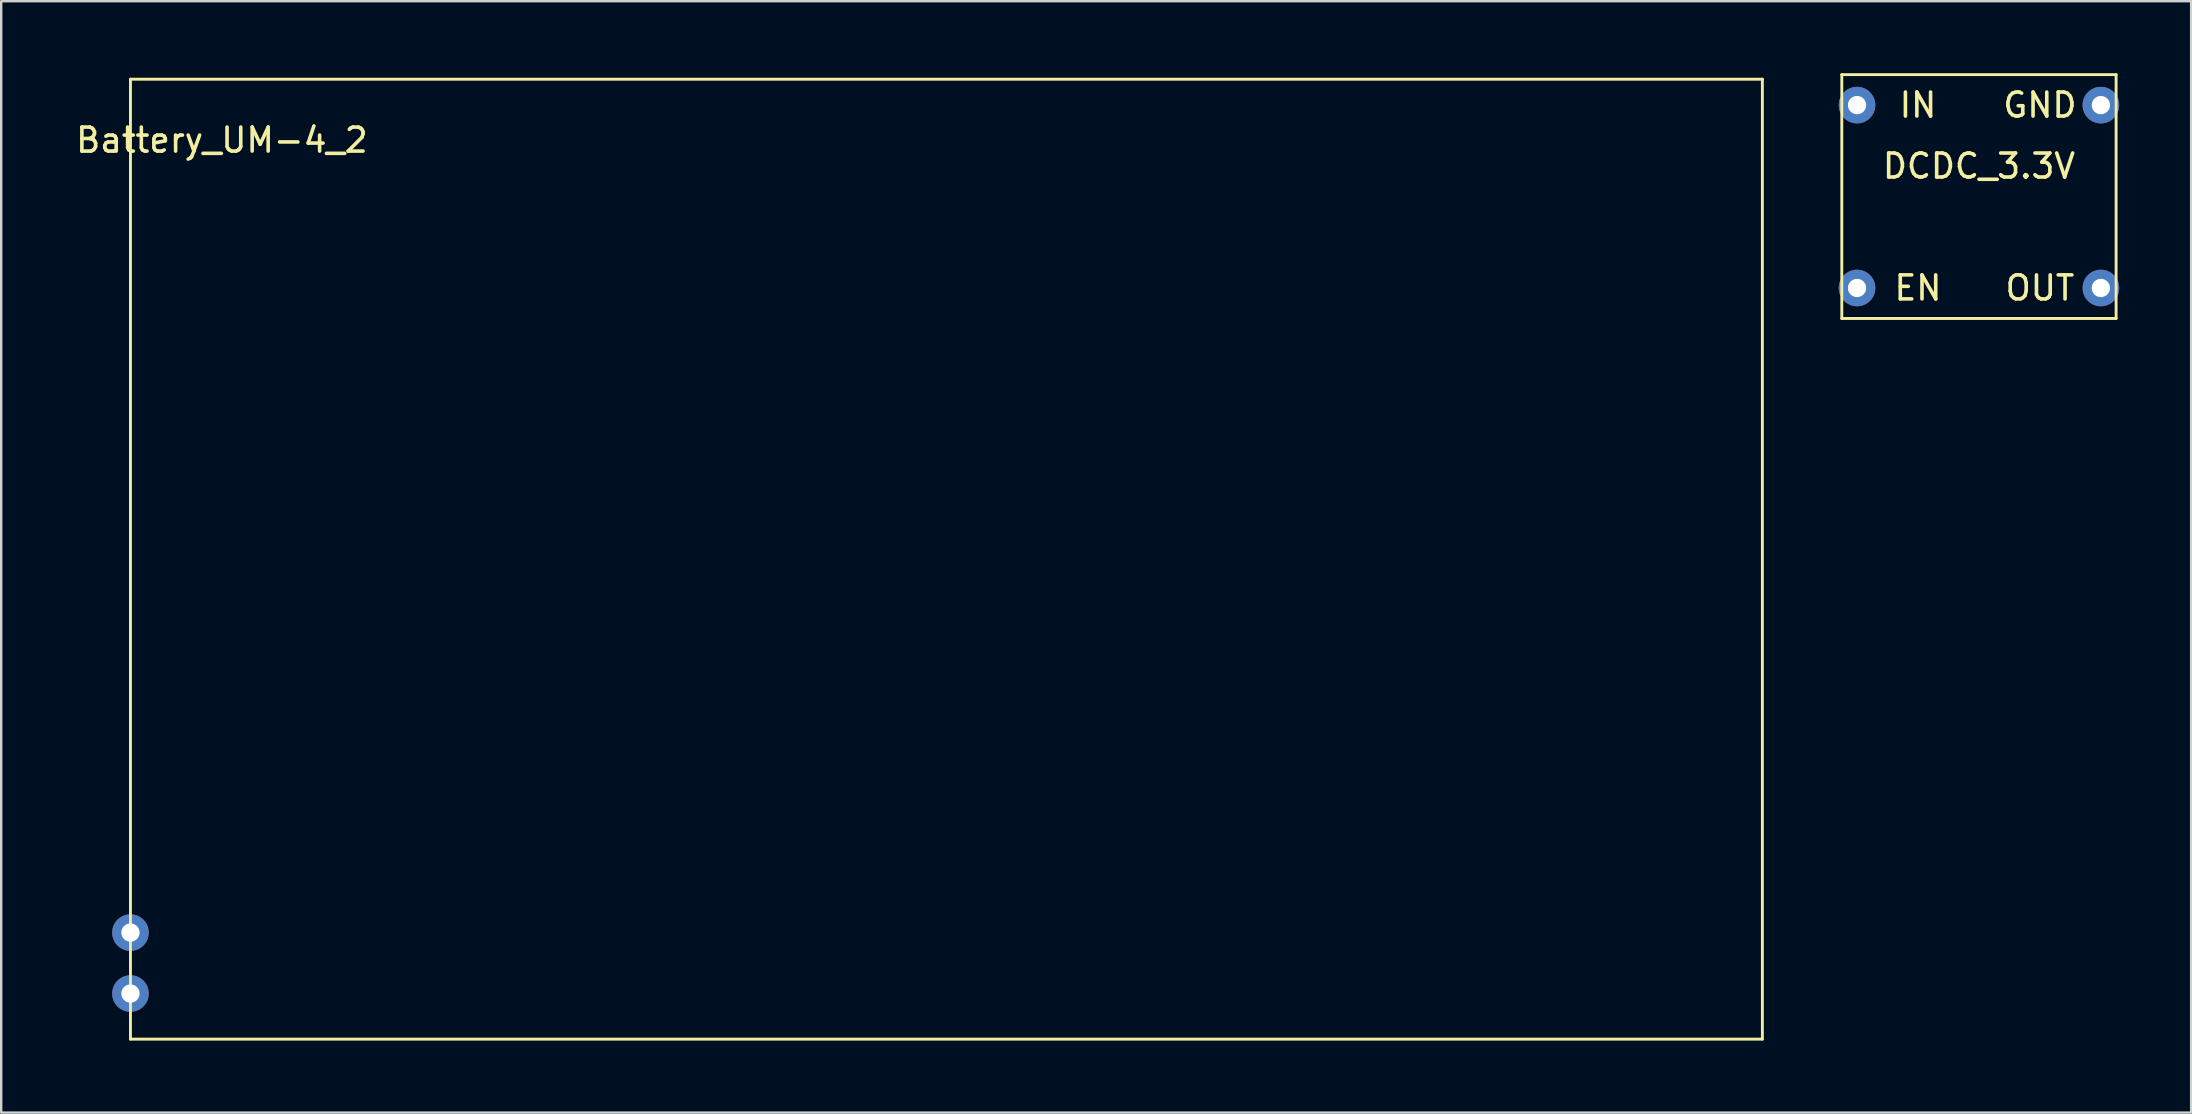
<source format=kicad_pcb>
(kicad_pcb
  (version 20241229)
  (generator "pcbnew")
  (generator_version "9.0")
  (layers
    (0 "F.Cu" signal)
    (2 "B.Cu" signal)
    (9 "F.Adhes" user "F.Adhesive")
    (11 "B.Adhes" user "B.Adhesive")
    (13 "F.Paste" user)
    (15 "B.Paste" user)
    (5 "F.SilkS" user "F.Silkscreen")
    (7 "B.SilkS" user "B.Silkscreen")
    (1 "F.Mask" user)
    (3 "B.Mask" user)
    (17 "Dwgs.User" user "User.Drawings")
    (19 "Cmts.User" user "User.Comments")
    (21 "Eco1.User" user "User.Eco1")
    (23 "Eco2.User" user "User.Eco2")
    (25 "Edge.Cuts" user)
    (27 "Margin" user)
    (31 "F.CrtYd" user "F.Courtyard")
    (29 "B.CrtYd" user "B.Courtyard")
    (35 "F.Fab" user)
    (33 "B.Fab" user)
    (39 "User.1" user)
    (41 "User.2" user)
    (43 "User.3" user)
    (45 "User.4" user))
  (footprint "DCDC_3.3V"
    (layer "F.Cu")
    (at 73.696 10.22)
    (property "Reference" "DCDC_3.3V" (at 5.715 -6.35 0) (layer "F.SilkS") (effects (font (size 1 1) (thickness 0.15))))
    (attr through_hole)
    (fp_line (start 0 -10.16) (end 11.43 -10.16) (stroke (width 0.12) (type solid)) (layer "F.SilkS"))
    (fp_line (start 0 0) (end 0 -10.16) (stroke (width 0.12) (type solid)) (layer "F.SilkS"))
    (fp_line (start 11.43 -10.16) (end 11.43 0) (stroke (width 0.12) (type solid)) (layer "F.SilkS"))
    (fp_line (start 11.43 0) (end 0 0) (stroke (width 0.12) (type solid)) (layer "F.SilkS"))
    (fp_text user "EN" (at 3.175 -1.27 0) (layer "F.SilkS") (effects (font (size 1 1) (thickness 0.15))))
    (fp_text user "OUT" (at 8.255 -1.27 0) (layer "F.SilkS") (effects (font (size 1 1) (thickness 0.15))))
    (fp_text user "IN" (at 3.175 -8.89 0) (layer "F.SilkS") (effects (font (size 1 1) (thickness 0.15))))
    (fp_text user "GND" (at 8.255 -8.89 0) (layer "F.SilkS") (effects (font (size 1 1) (thickness 0.15))))
    (pad "1" thru_hole circle (at 0.635 -8.89) (size 1.524 1.524) (drill 0.762) (layers "*.Cu" "*.Mask"))
    (pad "2" thru_hole circle (at 10.795 -8.89) (size 1.524 1.524) (drill 0.762) (layers "*.Cu" "*.Mask"))
    (pad "3" thru_hole circle (at 10.795 -1.27) (size 1.524 1.524) (drill 0.762) (layers "*.Cu" "*.Mask"))
    (pad "4" thru_hole circle (at 0.635 -1.27) (size 1.524 1.524) (drill 0.762) (layers "*.Cu" "*.Mask")))
  (footprint "Battery_UM-4_2"
    (layer "F.Cu")
    (at 2.386 0.25)
    (property "Reference" "Battery_UM-4_2" (at 3.81 2.54 0) (layer "F.SilkS") (effects (font (size 1 1) (thickness 0.15))))
    (attr through_hole)
    (fp_line (start 0 0) (end 68 0) (stroke (width 0.12) (type solid)) (layer "F.SilkS"))
    (fp_line (start 0 40) (end 0 0) (stroke (width 0.12) (type solid)) (layer "F.SilkS"))
    (fp_line (start 68 0) (end 68 40) (stroke (width 0.12) (type solid)) (layer "F.SilkS"))
    (fp_line (start 68 40) (end 0 40) (stroke (width 0.12) (type solid)) (layer "F.SilkS"))
    (pad "1" thru_hole circle (at 0 35.56) (size 1.524 1.524) (drill 0.762) (layers "*.Cu" "*.Mask"))
    (pad "2" thru_hole circle (at 0 38.1) (size 1.524 1.524) (drill 0.762) (layers "*.Cu" "*.Mask")))
  (gr_rect
    (start -3 -3)
    (end 88.253 43.31)
    (stroke (width 0.1) (type default))
    (fill no)
    (layer "Edge.Cuts")))
</source>
